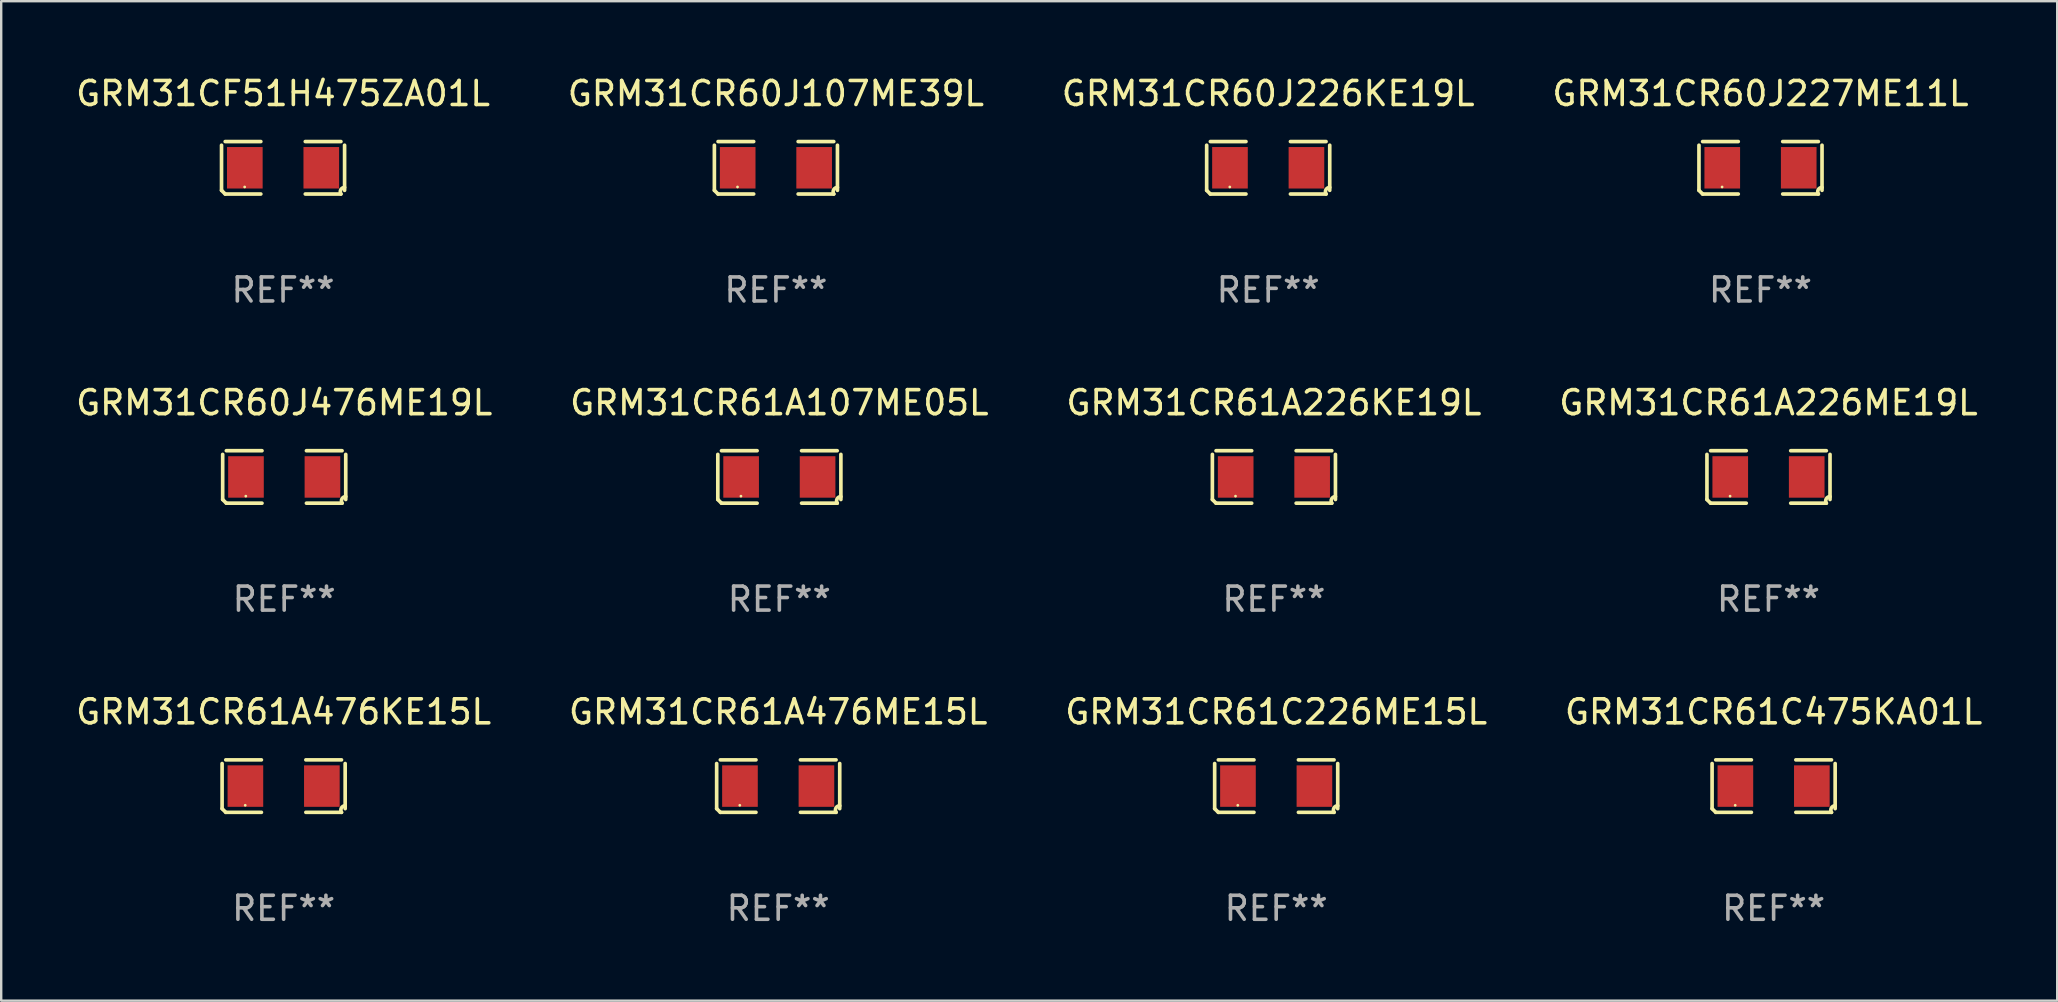
<source format=kicad_pcb>
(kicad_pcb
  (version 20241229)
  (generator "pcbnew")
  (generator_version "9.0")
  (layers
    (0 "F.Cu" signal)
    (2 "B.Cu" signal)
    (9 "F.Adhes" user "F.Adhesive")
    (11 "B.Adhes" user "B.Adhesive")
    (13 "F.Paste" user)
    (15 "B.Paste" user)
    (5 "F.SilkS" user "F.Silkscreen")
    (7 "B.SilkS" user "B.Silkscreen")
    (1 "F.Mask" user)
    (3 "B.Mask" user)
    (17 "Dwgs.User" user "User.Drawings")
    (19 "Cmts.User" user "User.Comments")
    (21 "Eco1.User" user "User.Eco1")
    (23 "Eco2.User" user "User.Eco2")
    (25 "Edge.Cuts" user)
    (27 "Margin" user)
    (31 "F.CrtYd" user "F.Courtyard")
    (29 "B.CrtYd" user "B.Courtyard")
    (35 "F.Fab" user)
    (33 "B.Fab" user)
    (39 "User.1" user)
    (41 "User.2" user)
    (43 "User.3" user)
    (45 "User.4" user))
  (footprint "GRM31CR61A476ME15L"
    (layer "F.Cu")
    (at 29.375 29.704)
    (property "Reference" "GRM31CR61A476ME15L" (at 0 -3.093 0) (layer "F.SilkS") (effects (font (size 1 1) (thickness 0.15))))
    (attr through_hole)
    (fp_line (start -2.564 0.94) (end -2.564 -0.94) (stroke (width 0.152) (type solid)) (layer "F.SilkS"))
    (fp_line (start -2.411 -1.093) (end -0.926 -1.093) (stroke (width 0.152) (type solid)) (layer "F.SilkS"))
    (fp_line (start -0.926 1.093) (end -2.411 1.093) (stroke (width 0.152) (type solid)) (layer "F.SilkS"))
    (fp_line (start 0.926 1.093) (end 2.411 1.093) (stroke (width 0.152) (type solid)) (layer "F.SilkS"))
    (fp_line (start 2.411 -1.093) (end 0.926 -1.093) (stroke (width 0.152) (type solid)) (layer "F.SilkS"))
    (fp_line (start 2.564 0.94) (end 2.564 -0.94) (stroke (width 0.152) (type solid)) (layer "F.SilkS"))
    (fp_arc (start -2.411201 1.092609) (mid -2.487413 1.01642) (end -2.563602 0.940208) (stroke (width 0.1524) (type solid)) (layer "F.SilkS"))
    (fp_arc (start 2.411201 1.092609) (mid 2.407159 0.911226) (end 2.563602 0.819347) (stroke (width 0.1524) (type solid)) (layer "F.SilkS"))
    (fp_circle (center -1.6 0.8) (end -1.57 0.8) (stroke (width 0.06) (type solid)) (fill no) (layer "F.SilkS"))
    (fp_text user "REF**" (at 0 5.093 0) (layer "F.Fab") (effects (font (size 1 1) (thickness 0.15))))
    (pad "1" smd rect (at -1.593 0) (size 1.485 1.728) (layers "F.Cu" "F.Mask" "F.Paste"))
    (pad "2" smd rect (at 1.593 0) (size 1.485 1.728) (layers "F.Cu" "F.Mask" "F.Paste")))
  (footprint "GRM31CR60J476ME19L"
    (layer "F.Cu")
    (at 8.792 16.823)
    (property "Reference" "GRM31CR60J476ME19L" (at 0 -3.093 0) (layer "F.SilkS") (effects (font (size 1 1) (thickness 0.15))))
    (attr through_hole)
    (fp_line (start -2.564 0.94) (end -2.564 -0.94) (stroke (width 0.152) (type solid)) (layer "F.SilkS"))
    (fp_line (start -2.411 -1.093) (end -0.926 -1.093) (stroke (width 0.152) (type solid)) (layer "F.SilkS"))
    (fp_line (start -0.926 1.093) (end -2.411 1.093) (stroke (width 0.152) (type solid)) (layer "F.SilkS"))
    (fp_line (start 0.926 1.093) (end 2.411 1.093) (stroke (width 0.152) (type solid)) (layer "F.SilkS"))
    (fp_line (start 2.411 -1.093) (end 0.926 -1.093) (stroke (width 0.152) (type solid)) (layer "F.SilkS"))
    (fp_line (start 2.564 0.94) (end 2.564 -0.94) (stroke (width 0.152) (type solid)) (layer "F.SilkS"))
    (fp_arc (start -2.411201 1.092609) (mid -2.487413 1.01642) (end -2.563602 0.940208) (stroke (width 0.1524) (type solid)) (layer "F.SilkS"))
    (fp_arc (start 2.411201 1.092609) (mid 2.407159 0.911226) (end 2.563602 0.819347) (stroke (width 0.1524) (type solid)) (layer "F.SilkS"))
    (fp_circle (center -1.6 0.8) (end -1.57 0.8) (stroke (width 0.06) (type solid)) (fill no) (layer "F.SilkS"))
    (fp_text user "REF**" (at 0 5.093 0) (layer "F.Fab") (effects (font (size 1 1) (thickness 0.15))))
    (pad "1" smd rect (at -1.593 0) (size 1.485 1.728) (layers "F.Cu" "F.Mask" "F.Paste"))
    (pad "2" smd rect (at 1.593 0) (size 1.485 1.728) (layers "F.Cu" "F.Mask" "F.Paste")))
  (footprint "GRM31CR61C475KA01L"
    (layer "F.Cu")
    (at 70.851 29.704)
    (property "Reference" "GRM31CR61C475KA01L" (at 0 -3.093 0) (layer "F.SilkS") (effects (font (size 1 1) (thickness 0.15))))
    (attr through_hole)
    (fp_line (start -2.564 0.94) (end -2.564 -0.94) (stroke (width 0.152) (type solid)) (layer "F.SilkS"))
    (fp_line (start -2.411 -1.093) (end -0.926 -1.093) (stroke (width 0.152) (type solid)) (layer "F.SilkS"))
    (fp_line (start -0.926 1.093) (end -2.411 1.093) (stroke (width 0.152) (type solid)) (layer "F.SilkS"))
    (fp_line (start 0.926 1.093) (end 2.411 1.093) (stroke (width 0.152) (type solid)) (layer "F.SilkS"))
    (fp_line (start 2.411 -1.093) (end 0.926 -1.093) (stroke (width 0.152) (type solid)) (layer "F.SilkS"))
    (fp_line (start 2.564 0.94) (end 2.564 -0.94) (stroke (width 0.152) (type solid)) (layer "F.SilkS"))
    (fp_arc (start -2.411201 1.092609) (mid -2.487413 1.01642) (end -2.563602 0.940208) (stroke (width 0.1524) (type solid)) (layer "F.SilkS"))
    (fp_arc (start 2.411201 1.092609) (mid 2.407159 0.911226) (end 2.563602 0.819347) (stroke (width 0.1524) (type solid)) (layer "F.SilkS"))
    (fp_circle (center -1.6 0.8) (end -1.57 0.8) (stroke (width 0.06) (type solid)) (fill no) (layer "F.SilkS"))
    (fp_text user "REF**" (at 0 5.093 0) (layer "F.Fab") (effects (font (size 1 1) (thickness 0.15))))
    (pad "1" smd rect (at -1.593 0) (size 1.485 1.728) (layers "F.Cu" "F.Mask" "F.Paste"))
    (pad "2" smd rect (at 1.593 0) (size 1.485 1.728) (layers "F.Cu" "F.Mask" "F.Paste")))
  (footprint "GRM31CR60J226KE19L"
    (layer "F.Cu")
    (at 49.792 3.941)
    (property "Reference" "GRM31CR60J226KE19L" (at 0 -3.093 0) (layer "F.SilkS") (effects (font (size 1 1) (thickness 0.15))))
    (attr through_hole)
    (fp_line (start -2.564 0.94) (end -2.564 -0.94) (stroke (width 0.152) (type solid)) (layer "F.SilkS"))
    (fp_line (start -2.411 -1.093) (end -0.926 -1.093) (stroke (width 0.152) (type solid)) (layer "F.SilkS"))
    (fp_line (start -0.926 1.093) (end -2.411 1.093) (stroke (width 0.152) (type solid)) (layer "F.SilkS"))
    (fp_line (start 0.926 1.093) (end 2.411 1.093) (stroke (width 0.152) (type solid)) (layer "F.SilkS"))
    (fp_line (start 2.411 -1.093) (end 0.926 -1.093) (stroke (width 0.152) (type solid)) (layer "F.SilkS"))
    (fp_line (start 2.564 0.94) (end 2.564 -0.94) (stroke (width 0.152) (type solid)) (layer "F.SilkS"))
    (fp_arc (start -2.411201 1.092609) (mid -2.487413 1.01642) (end -2.563602 0.940208) (stroke (width 0.1524) (type solid)) (layer "F.SilkS"))
    (fp_arc (start 2.411201 1.092609) (mid 2.407159 0.911226) (end 2.563602 0.819347) (stroke (width 0.1524) (type solid)) (layer "F.SilkS"))
    (fp_circle (center -1.6 0.8) (end -1.57 0.8) (stroke (width 0.06) (type solid)) (fill no) (layer "F.SilkS"))
    (fp_text user "REF**" (at 0 5.093 0) (layer "F.Fab") (effects (font (size 1 1) (thickness 0.15))))
    (pad "1" smd rect (at -1.593 0) (size 1.485 1.728) (layers "F.Cu" "F.Mask" "F.Paste"))
    (pad "2" smd rect (at 1.593 0) (size 1.485 1.728) (layers "F.Cu" "F.Mask" "F.Paste")))
  (footprint "GRM31CR61C226ME15L"
    (layer "F.Cu")
    (at 50.125 29.704)
    (property "Reference" "GRM31CR61C226ME15L" (at 0 -3.093 0) (layer "F.SilkS") (effects (font (size 1 1) (thickness 0.15))))
    (attr through_hole)
    (fp_line (start -2.564 0.94) (end -2.564 -0.94) (stroke (width 0.152) (type solid)) (layer "F.SilkS"))
    (fp_line (start -2.411 -1.093) (end -0.926 -1.093) (stroke (width 0.152) (type solid)) (layer "F.SilkS"))
    (fp_line (start -0.926 1.093) (end -2.411 1.093) (stroke (width 0.152) (type solid)) (layer "F.SilkS"))
    (fp_line (start 0.926 1.093) (end 2.411 1.093) (stroke (width 0.152) (type solid)) (layer "F.SilkS"))
    (fp_line (start 2.411 -1.093) (end 0.926 -1.093) (stroke (width 0.152) (type solid)) (layer "F.SilkS"))
    (fp_line (start 2.564 0.94) (end 2.564 -0.94) (stroke (width 0.152) (type solid)) (layer "F.SilkS"))
    (fp_arc (start -2.411201 1.092609) (mid -2.487413 1.01642) (end -2.563602 0.940208) (stroke (width 0.1524) (type solid)) (layer "F.SilkS"))
    (fp_arc (start 2.411201 1.092609) (mid 2.407159 0.911226) (end 2.563602 0.819347) (stroke (width 0.1524) (type solid)) (layer "F.SilkS"))
    (fp_circle (center -1.6 0.8) (end -1.57 0.8) (stroke (width 0.06) (type solid)) (fill no) (layer "F.SilkS"))
    (fp_text user "REF**" (at 0 5.093 0) (layer "F.Fab") (effects (font (size 1 1) (thickness 0.15))))
    (pad "1" smd rect (at -1.593 0) (size 1.485 1.728) (layers "F.Cu" "F.Mask" "F.Paste"))
    (pad "2" smd rect (at 1.593 0) (size 1.485 1.728) (layers "F.Cu" "F.Mask" "F.Paste")))
  (footprint "GRM31CR60J227ME11L"
    (layer "F.Cu")
    (at 70.304 3.941)
    (property "Reference" "GRM31CR60J227ME11L" (at 0 -3.093 0) (layer "F.SilkS") (effects (font (size 1 1) (thickness 0.15))))
    (attr through_hole)
    (fp_line (start -2.564 0.94) (end -2.564 -0.94) (stroke (width 0.152) (type solid)) (layer "F.SilkS"))
    (fp_line (start -2.411 -1.093) (end -0.926 -1.093) (stroke (width 0.152) (type solid)) (layer "F.SilkS"))
    (fp_line (start -0.926 1.093) (end -2.411 1.093) (stroke (width 0.152) (type solid)) (layer "F.SilkS"))
    (fp_line (start 0.926 1.093) (end 2.411 1.093) (stroke (width 0.152) (type solid)) (layer "F.SilkS"))
    (fp_line (start 2.411 -1.093) (end 0.926 -1.093) (stroke (width 0.152) (type solid)) (layer "F.SilkS"))
    (fp_line (start 2.564 0.94) (end 2.564 -0.94) (stroke (width 0.152) (type solid)) (layer "F.SilkS"))
    (fp_arc (start -2.411201 1.092609) (mid -2.487413 1.01642) (end -2.563602 0.940208) (stroke (width 0.1524) (type solid)) (layer "F.SilkS"))
    (fp_arc (start 2.411201 1.092609) (mid 2.407159 0.911226) (end 2.563602 0.819347) (stroke (width 0.1524) (type solid)) (layer "F.SilkS"))
    (fp_circle (center -1.6 0.8) (end -1.57 0.8) (stroke (width 0.06) (type solid)) (fill no) (layer "F.SilkS"))
    (fp_text user "REF**" (at 0 5.093 0) (layer "F.Fab") (effects (font (size 1 1) (thickness 0.15))))
    (pad "1" smd rect (at -1.593 0) (size 1.485 1.728) (layers "F.Cu" "F.Mask" "F.Paste"))
    (pad "2" smd rect (at 1.593 0) (size 1.485 1.728) (layers "F.Cu" "F.Mask" "F.Paste")))
  (footprint "GRM31CR60J107ME39L"
    (layer "F.Cu")
    (at 29.28 3.941)
    (property "Reference" "GRM31CR60J107ME39L" (at 0 -3.093 0) (layer "F.SilkS") (effects (font (size 1 1) (thickness 0.15))))
    (attr through_hole)
    (fp_line (start -2.564 0.94) (end -2.564 -0.94) (stroke (width 0.152) (type solid)) (layer "F.SilkS"))
    (fp_line (start -2.411 -1.093) (end -0.926 -1.093) (stroke (width 0.152) (type solid)) (layer "F.SilkS"))
    (fp_line (start -0.926 1.093) (end -2.411 1.093) (stroke (width 0.152) (type solid)) (layer "F.SilkS"))
    (fp_line (start 0.926 1.093) (end 2.411 1.093) (stroke (width 0.152) (type solid)) (layer "F.SilkS"))
    (fp_line (start 2.411 -1.093) (end 0.926 -1.093) (stroke (width 0.152) (type solid)) (layer "F.SilkS"))
    (fp_line (start 2.564 0.94) (end 2.564 -0.94) (stroke (width 0.152) (type solid)) (layer "F.SilkS"))
    (fp_arc (start -2.411201 1.092609) (mid -2.487413 1.01642) (end -2.563602 0.940208) (stroke (width 0.1524) (type solid)) (layer "F.SilkS"))
    (fp_arc (start 2.411201 1.092609) (mid 2.407159 0.911226) (end 2.563602 0.819347) (stroke (width 0.1524) (type solid)) (layer "F.SilkS"))
    (fp_circle (center -1.6 0.8) (end -1.57 0.8) (stroke (width 0.06) (type solid)) (fill no) (layer "F.SilkS"))
    (fp_text user "REF**" (at 0 5.093 0) (layer "F.Fab") (effects (font (size 1 1) (thickness 0.15))))
    (pad "1" smd rect (at -1.593 0) (size 1.485 1.728) (layers "F.Cu" "F.Mask" "F.Paste"))
    (pad "2" smd rect (at 1.593 0) (size 1.485 1.728) (layers "F.Cu" "F.Mask" "F.Paste")))
  (footprint "GRM31CR61A226ME19L"
    (layer "F.Cu")
    (at 70.637 16.823)
    (property "Reference" "GRM31CR61A226ME19L" (at 0 -3.093 0) (layer "F.SilkS") (effects (font (size 1 1) (thickness 0.15))))
    (attr through_hole)
    (fp_line (start -2.564 0.94) (end -2.564 -0.94) (stroke (width 0.152) (type solid)) (layer "F.SilkS"))
    (fp_line (start -2.411 -1.093) (end -0.926 -1.093) (stroke (width 0.152) (type solid)) (layer "F.SilkS"))
    (fp_line (start -0.926 1.093) (end -2.411 1.093) (stroke (width 0.152) (type solid)) (layer "F.SilkS"))
    (fp_line (start 0.926 1.093) (end 2.411 1.093) (stroke (width 0.152) (type solid)) (layer "F.SilkS"))
    (fp_line (start 2.411 -1.093) (end 0.926 -1.093) (stroke (width 0.152) (type solid)) (layer "F.SilkS"))
    (fp_line (start 2.564 0.94) (end 2.564 -0.94) (stroke (width 0.152) (type solid)) (layer "F.SilkS"))
    (fp_arc (start -2.411201 1.092609) (mid -2.487413 1.01642) (end -2.563602 0.940208) (stroke (width 0.1524) (type solid)) (layer "F.SilkS"))
    (fp_arc (start 2.411201 1.092609) (mid 2.407159 0.911226) (end 2.563602 0.819347) (stroke (width 0.1524) (type solid)) (layer "F.SilkS"))
    (fp_circle (center -1.6 0.8) (end -1.57 0.8) (stroke (width 0.06) (type solid)) (fill no) (layer "F.SilkS"))
    (fp_text user "REF**" (at 0 5.093 0) (layer "F.Fab") (effects (font (size 1 1) (thickness 0.15))))
    (pad "1" smd rect (at -1.593 0) (size 1.485 1.728) (layers "F.Cu" "F.Mask" "F.Paste"))
    (pad "2" smd rect (at 1.593 0) (size 1.485 1.728) (layers "F.Cu" "F.Mask" "F.Paste")))
  (footprint "GRM31CR61A476KE15L"
    (layer "F.Cu")
    (at 8.768 29.704)
    (property "Reference" "GRM31CR61A476KE15L" (at 0 -3.093 0) (layer "F.SilkS") (effects (font (size 1 1) (thickness 0.15))))
    (attr through_hole)
    (fp_line (start -2.564 0.94) (end -2.564 -0.94) (stroke (width 0.152) (type solid)) (layer "F.SilkS"))
    (fp_line (start -2.411 -1.093) (end -0.926 -1.093) (stroke (width 0.152) (type solid)) (layer "F.SilkS"))
    (fp_line (start -0.926 1.093) (end -2.411 1.093) (stroke (width 0.152) (type solid)) (layer "F.SilkS"))
    (fp_line (start 0.926 1.093) (end 2.411 1.093) (stroke (width 0.152) (type solid)) (layer "F.SilkS"))
    (fp_line (start 2.411 -1.093) (end 0.926 -1.093) (stroke (width 0.152) (type solid)) (layer "F.SilkS"))
    (fp_line (start 2.564 0.94) (end 2.564 -0.94) (stroke (width 0.152) (type solid)) (layer "F.SilkS"))
    (fp_arc (start -2.411201 1.092609) (mid -2.487413 1.01642) (end -2.563602 0.940208) (stroke (width 0.1524) (type solid)) (layer "F.SilkS"))
    (fp_arc (start 2.411201 1.092609) (mid 2.407159 0.911226) (end 2.563602 0.819347) (stroke (width 0.1524) (type solid)) (layer "F.SilkS"))
    (fp_circle (center -1.6 0.8) (end -1.57 0.8) (stroke (width 0.06) (type solid)) (fill no) (layer "F.SilkS"))
    (fp_text user "REF**" (at 0 5.093 0) (layer "F.Fab") (effects (font (size 1 1) (thickness 0.15))))
    (pad "1" smd rect (at -1.593 0) (size 1.485 1.728) (layers "F.Cu" "F.Mask" "F.Paste"))
    (pad "2" smd rect (at 1.593 0) (size 1.485 1.728) (layers "F.Cu" "F.Mask" "F.Paste")))
  (footprint "GRM31CR61A226KE19L"
    (layer "F.Cu")
    (at 50.03 16.823)
    (property "Reference" "GRM31CR61A226KE19L" (at 0 -3.093 0) (layer "F.SilkS") (effects (font (size 1 1) (thickness 0.15))))
    (attr through_hole)
    (fp_line (start -2.564 0.94) (end -2.564 -0.94) (stroke (width 0.152) (type solid)) (layer "F.SilkS"))
    (fp_line (start -2.411 -1.093) (end -0.926 -1.093) (stroke (width 0.152) (type solid)) (layer "F.SilkS"))
    (fp_line (start -0.926 1.093) (end -2.411 1.093) (stroke (width 0.152) (type solid)) (layer "F.SilkS"))
    (fp_line (start 0.926 1.093) (end 2.411 1.093) (stroke (width 0.152) (type solid)) (layer "F.SilkS"))
    (fp_line (start 2.411 -1.093) (end 0.926 -1.093) (stroke (width 0.152) (type solid)) (layer "F.SilkS"))
    (fp_line (start 2.564 0.94) (end 2.564 -0.94) (stroke (width 0.152) (type solid)) (layer "F.SilkS"))
    (fp_arc (start -2.411201 1.092609) (mid -2.487413 1.01642) (end -2.563602 0.940208) (stroke (width 0.1524) (type solid)) (layer "F.SilkS"))
    (fp_arc (start 2.411201 1.092609) (mid 2.407159 0.911226) (end 2.563602 0.819347) (stroke (width 0.1524) (type solid)) (layer "F.SilkS"))
    (fp_circle (center -1.6 0.8) (end -1.57 0.8) (stroke (width 0.06) (type solid)) (fill no) (layer "F.SilkS"))
    (fp_text user "REF**" (at 0 5.093 0) (layer "F.Fab") (effects (font (size 1 1) (thickness 0.15))))
    (pad "1" smd rect (at -1.593 0) (size 1.485 1.728) (layers "F.Cu" "F.Mask" "F.Paste"))
    (pad "2" smd rect (at 1.593 0) (size 1.485 1.728) (layers "F.Cu" "F.Mask" "F.Paste")))
  (footprint "GRM31CF51H475ZA01L"
    (layer "F.Cu")
    (at 8.744 3.941)
    (property "Reference" "GRM31CF51H475ZA01L" (at 0 -3.093 0) (layer "F.SilkS") (effects (font (size 1 1) (thickness 0.15))))
    (attr through_hole)
    (fp_line (start -2.564 0.94) (end -2.564 -0.94) (stroke (width 0.152) (type solid)) (layer "F.SilkS"))
    (fp_line (start -2.411 -1.093) (end -0.926 -1.093) (stroke (width 0.152) (type solid)) (layer "F.SilkS"))
    (fp_line (start -0.926 1.093) (end -2.411 1.093) (stroke (width 0.152) (type solid)) (layer "F.SilkS"))
    (fp_line (start 0.926 1.093) (end 2.411 1.093) (stroke (width 0.152) (type solid)) (layer "F.SilkS"))
    (fp_line (start 2.411 -1.093) (end 0.926 -1.093) (stroke (width 0.152) (type solid)) (layer "F.SilkS"))
    (fp_line (start 2.564 0.94) (end 2.564 -0.94) (stroke (width 0.152) (type solid)) (layer "F.SilkS"))
    (fp_arc (start -2.411201 1.092609) (mid -2.487413 1.01642) (end -2.563602 0.940208) (stroke (width 0.1524) (type solid)) (layer "F.SilkS"))
    (fp_arc (start 2.411201 1.092609) (mid 2.407159 0.911226) (end 2.563602 0.819347) (stroke (width 0.1524) (type solid)) (layer "F.SilkS"))
    (fp_circle (center -1.6 0.8) (end -1.57 0.8) (stroke (width 0.06) (type solid)) (fill no) (layer "F.SilkS"))
    (fp_text user "REF**" (at 0 5.093 0) (layer "F.Fab") (effects (font (size 1 1) (thickness 0.15))))
    (pad "1" smd rect (at -1.593 0) (size 1.485 1.728) (layers "F.Cu" "F.Mask" "F.Paste"))
    (pad "2" smd rect (at 1.593 0) (size 1.485 1.728) (layers "F.Cu" "F.Mask" "F.Paste")))
  (footprint "GRM31CR61A107ME05L"
    (layer "F.Cu")
    (at 29.423 16.823)
    (property "Reference" "GRM31CR61A107ME05L" (at 0 -3.093 0) (layer "F.SilkS") (effects (font (size 1 1) (thickness 0.15))))
    (attr through_hole)
    (fp_line (start -2.564 0.94) (end -2.564 -0.94) (stroke (width 0.152) (type solid)) (layer "F.SilkS"))
    (fp_line (start -2.411 -1.093) (end -0.926 -1.093) (stroke (width 0.152) (type solid)) (layer "F.SilkS"))
    (fp_line (start -0.926 1.093) (end -2.411 1.093) (stroke (width 0.152) (type solid)) (layer "F.SilkS"))
    (fp_line (start 0.926 1.093) (end 2.411 1.093) (stroke (width 0.152) (type solid)) (layer "F.SilkS"))
    (fp_line (start 2.411 -1.093) (end 0.926 -1.093) (stroke (width 0.152) (type solid)) (layer "F.SilkS"))
    (fp_line (start 2.564 0.94) (end 2.564 -0.94) (stroke (width 0.152) (type solid)) (layer "F.SilkS"))
    (fp_arc (start -2.411201 1.092609) (mid -2.487413 1.01642) (end -2.563602 0.940208) (stroke (width 0.1524) (type solid)) (layer "F.SilkS"))
    (fp_arc (start 2.411201 1.092609) (mid 2.407159 0.911226) (end 2.563602 0.819347) (stroke (width 0.1524) (type solid)) (layer "F.SilkS"))
    (fp_circle (center -1.6 0.8) (end -1.57 0.8) (stroke (width 0.06) (type solid)) (fill no) (layer "F.SilkS"))
    (fp_text user "REF**" (at 0 5.093 0) (layer "F.Fab") (effects (font (size 1 1) (thickness 0.15))))
    (pad "1" smd rect (at -1.593 0) (size 1.485 1.728) (layers "F.Cu" "F.Mask" "F.Paste"))
    (pad "2" smd rect (at 1.593 0) (size 1.485 1.728) (layers "F.Cu" "F.Mask" "F.Paste")))
  (gr_rect
    (start -3 -3)
    (end 82.667 38.645)
    (stroke (width 0.1) (type default))
    (fill no)
    (layer "Edge.Cuts")))
</source>
